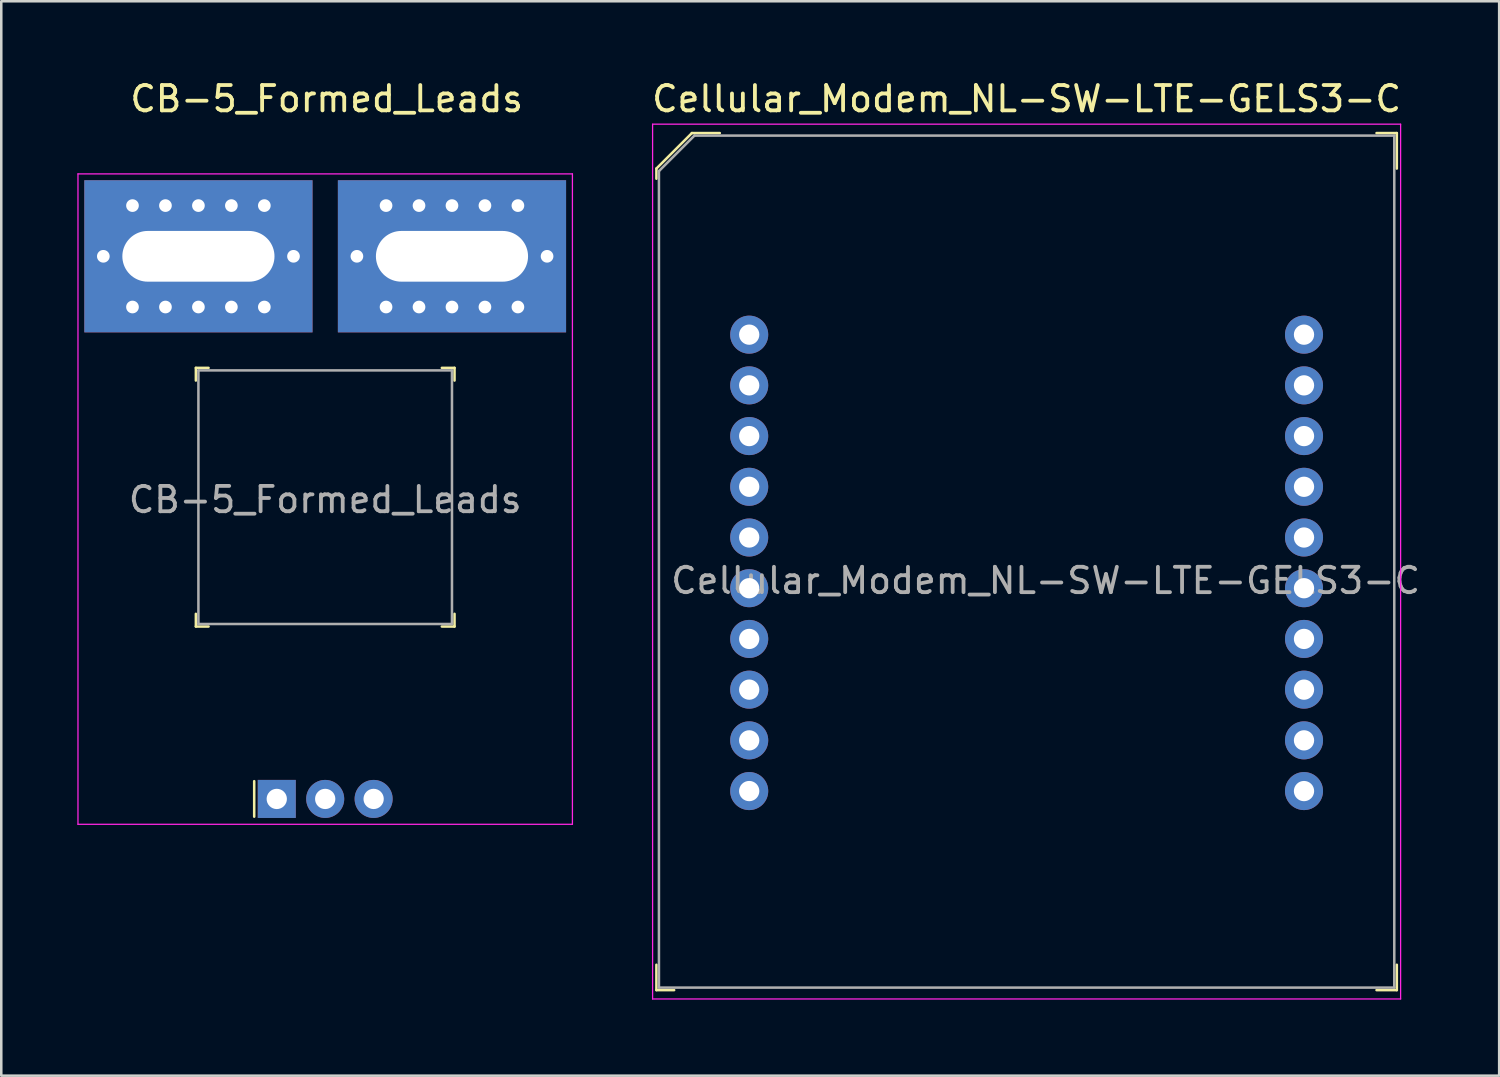
<source format=kicad_pcb>
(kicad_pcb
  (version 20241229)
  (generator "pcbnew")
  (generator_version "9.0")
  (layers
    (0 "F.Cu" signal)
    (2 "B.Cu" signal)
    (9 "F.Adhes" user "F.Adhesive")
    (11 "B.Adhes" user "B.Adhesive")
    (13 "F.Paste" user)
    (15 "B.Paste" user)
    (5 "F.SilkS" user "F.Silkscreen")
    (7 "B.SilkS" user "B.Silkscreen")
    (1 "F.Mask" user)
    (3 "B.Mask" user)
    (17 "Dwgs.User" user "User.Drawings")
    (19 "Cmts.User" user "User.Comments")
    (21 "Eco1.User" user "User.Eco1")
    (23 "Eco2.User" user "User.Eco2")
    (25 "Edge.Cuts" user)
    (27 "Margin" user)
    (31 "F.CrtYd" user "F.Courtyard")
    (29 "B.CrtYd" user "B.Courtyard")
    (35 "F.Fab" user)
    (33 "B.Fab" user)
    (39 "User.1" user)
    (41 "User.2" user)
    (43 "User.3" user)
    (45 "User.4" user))
  (footprint "Cellular_Modem_NL-SW-LTE-GELS3-C"
    (layer "F.Cu")
    (at 37.437 19.098)
    (property "Reference" "Cellular_Modem_NL-SW-LTE-GELS3-C" (at 0 -18.25 0) (layer "F.SilkS") (effects (font (size 1 1) (thickness 0.15))))
    (attr through_hole)
    (fp_line (start -14.6 -15.5) (end -14.6 -15.1) (stroke (width 0.1) (type solid)) (layer "F.SilkS"))
    (fp_line (start -14.6 16.9) (end -14.6 15.9) (stroke (width 0.1) (type solid)) (layer "F.SilkS"))
    (fp_line (start -13.9 16.9) (end -14.6 16.9) (stroke (width 0.1) (type solid)) (layer "F.SilkS"))
    (fp_line (start -13.2 -16.9) (end -14.6 -15.5) (stroke (width 0.1) (type solid)) (layer "F.SilkS"))
    (fp_line (start -12.1 -16.9) (end -13.2 -16.9) (stroke (width 0.1) (type solid)) (layer "F.SilkS"))
    (fp_line (start 13.8 -16.9) (end 14.6 -16.9) (stroke (width 0.1) (type solid)) (layer "F.SilkS"))
    (fp_line (start 13.8 16.9) (end 14.6 16.9) (stroke (width 0.1) (type solid)) (layer "F.SilkS"))
    (fp_line (start 14.6 -16.9) (end 14.6 -15.5) (stroke (width 0.1) (type solid)) (layer "F.SilkS"))
    (fp_line (start 14.6 16.9) (end 14.6 15.9) (stroke (width 0.1) (type solid)) (layer "F.SilkS"))
    (fp_line (start -14.75 -17.25) (end 14.75 -17.25) (stroke (width 0.05) (type solid)) (layer "F.CrtYd"))
    (fp_line (start -14.75 17.25) (end -14.75 -17.25) (stroke (width 0.05) (type solid)) (layer "F.CrtYd"))
    (fp_line (start -14.75 17.25) (end 14.75 17.25) (stroke (width 0.05) (type solid)) (layer "F.CrtYd"))
    (fp_line (start 14.75 17.25) (end 14.75 -17.25) (stroke (width 0.05) (type solid)) (layer "F.CrtYd"))
    (fp_line (start -14.5 -15.4) (end -14.5 16.8) (stroke (width 0.1) (type solid)) (layer "F.Fab"))
    (fp_line (start -14.5 -15.4) (end -13.1 -16.8) (stroke (width 0.1) (type solid)) (layer "F.Fab"))
    (fp_line (start -14.5 16.8) (end 14.5 16.8) (stroke (width 0.1) (type solid)) (layer "F.Fab"))
    (fp_line (start -13.1 -16.8) (end 14.5 -16.8) (stroke (width 0.1) (type solid)) (layer "F.Fab"))
    (fp_line (start 14.5 -16.8) (end 14.5 16.8) (stroke (width 0.1) (type solid)) (layer "F.Fab"))
    (fp_text user "${REFERENCE}" (at 0.75 0.75 0) (layer "F.Fab") (effects (font (size 1 1) (thickness 0.15))))
    (pad "1" thru_hole circle (at -10.94 -8.95) (size 1.5 1.5) (drill 0.8) (layers "*.Cu" "*.Mask"))
    (pad "2" thru_hole circle (at -10.94 -6.95) (size 1.5 1.5) (drill 0.8) (layers "*.Cu" "*.Mask"))
    (pad "3" thru_hole circle (at -10.94 -4.95) (size 1.5 1.5) (drill 0.8) (layers "*.Cu" "*.Mask"))
    (pad "4" thru_hole circle (at -10.94 -2.95) (size 1.5 1.5) (drill 0.8) (layers "*.Cu" "*.Mask"))
    (pad "5" thru_hole circle (at -10.94 -0.95) (size 1.5 1.5) (drill 0.8) (layers "*.Cu" "*.Mask"))
    (pad "6" thru_hole circle (at -10.94 1.05) (size 1.5 1.5) (drill 0.8) (layers "*.Cu" "*.Mask"))
    (pad "7" thru_hole circle (at -10.94 3.05) (size 1.5 1.5) (drill 0.8) (layers "*.Cu" "*.Mask"))
    (pad "8" thru_hole circle (at -10.94 5.05) (size 1.5 1.5) (drill 0.8) (layers "*.Cu" "*.Mask"))
    (pad "9" thru_hole circle (at -10.94 7.05) (size 1.5 1.5) (drill 0.8) (layers "*.Cu" "*.Mask"))
    (pad "10" thru_hole circle (at -10.94 9.05) (size 1.5 1.5) (drill 0.8) (layers "*.Cu" "*.Mask"))
    (pad "11" thru_hole circle (at 10.94 9.05) (size 1.5 1.5) (drill 0.8) (layers "*.Cu" "*.Mask"))
    (pad "12" thru_hole circle (at 10.94 7.05) (size 1.5 1.5) (drill 0.8) (layers "*.Cu" "*.Mask"))
    (pad "13" thru_hole circle (at 10.94 5.05) (size 1.5 1.5) (drill 0.8) (layers "*.Cu" "*.Mask"))
    (pad "14" thru_hole circle (at 10.94 3.05) (size 1.5 1.5) (drill 0.8) (layers "*.Cu" "*.Mask"))
    (pad "15" thru_hole circle (at 10.94 1.05) (size 1.5 1.5) (drill 0.8) (layers "*.Cu" "*.Mask"))
    (pad "16" thru_hole circle (at 10.94 -0.95) (size 1.5 1.5) (drill 0.8) (layers "*.Cu" "*.Mask"))
    (pad "17" thru_hole circle (at 10.94 -2.95) (size 1.5 1.5) (drill 0.8) (layers "*.Cu" "*.Mask"))
    (pad "18" thru_hole circle (at 10.94 -4.95) (size 1.5 1.5) (drill 0.8) (layers "*.Cu" "*.Mask"))
    (pad "19" thru_hole circle (at 10.94 -6.95) (size 1.5 1.5) (drill 0.8) (layers "*.Cu" "*.Mask"))
    (pad "20" thru_hole circle (at 10.94 -8.95) (size 1.5 1.5) (drill 0.8) (layers "*.Cu" "*.Mask")))
  (footprint "CB-5_Formed_Leads"
    (layer "F.Cu")
    (at 9.775 7.058)
    (property "Reference" "CB-5_Formed_Leads" (at 0.06 -6.21 0) (layer "F.SilkS") (effects (font (size 1 1) (thickness 0.15))))
    (attr through_hole)
    (fp_line (start -5.1 4.4) (end -5.1 4.9) (stroke (width 0.1) (type solid)) (layer "F.SilkS"))
    (fp_line (start -5.1 4.4) (end -4.6 4.4) (stroke (width 0.1) (type solid)) (layer "F.SilkS"))
    (fp_line (start -5.1 14.6) (end -5.1 14.1) (stroke (width 0.1) (type solid)) (layer "F.SilkS"))
    (fp_line (start -5.1 14.6) (end -4.6 14.6) (stroke (width 0.1) (type solid)) (layer "F.SilkS"))
    (fp_line (start -2.8 20.7) (end -2.8 22.1) (stroke (width 0.1) (type solid)) (layer "F.SilkS"))
    (fp_line (start 5.1 4.4) (end 4.6 4.4) (stroke (width 0.1) (type solid)) (layer "F.SilkS"))
    (fp_line (start 5.1 4.4) (end 5.1 4.9) (stroke (width 0.1) (type solid)) (layer "F.SilkS"))
    (fp_line (start 5.1 14.6) (end 4.6 14.6) (stroke (width 0.1) (type solid)) (layer "F.SilkS"))
    (fp_line (start 5.1 14.6) (end 5.1 14.1) (stroke (width 0.1) (type solid)) (layer "F.SilkS"))
    (fp_line (start -9.75 -3.25) (end -9.75 22.4) (stroke (width 0.05) (type solid)) (layer "F.CrtYd"))
    (fp_line (start 9.75 -3.25) (end -9.75 -3.25) (stroke (width 0.05) (type solid)) (layer "F.CrtYd"))
    (fp_line (start 9.75 -3.25) (end 9.75 22.4) (stroke (width 0.05) (type solid)) (layer "F.CrtYd"))
    (fp_line (start 9.75 22.4) (end -9.75 22.4) (stroke (width 0.05) (type solid)) (layer "F.CrtYd"))
    (fp_line (start -5 4.5) (end -5 14.5) (stroke (width 0.1) (type solid)) (layer "F.Fab"))
    (fp_line (start 5 4.5) (end -5 4.5) (stroke (width 0.1) (type solid)) (layer "F.Fab"))
    (fp_line (start 5 4.5) (end 5 14.5) (stroke (width 0.1) (type solid)) (layer "F.Fab"))
    (fp_line (start 5 14.5) (end -5 14.5) (stroke (width 0.1) (type solid)) (layer "F.Fab"))
    (fp_text user "${REFERENCE}" (at 0 9.6 0) (layer "F.Fab") (effects (font (size 1 1) (thickness 0.15))))
    (pad "1" thru_hole rect (at -1.91 21.4) (size 1.5 1.5) (drill 0.8) (layers "*.Cu" "*.Mask"))
    (pad "2" thru_hole circle (at 0 21.4) (size 1.5 1.5) (drill 0.8) (layers "*.Cu" "*.Mask"))
    (pad "3" thru_hole circle (at 1.91 21.4) (size 1.5 1.5) (drill 0.8) (layers "*.Cu" "*.Mask"))
    (pad "4" thru_hole circle (at 1.25 0) (size 0.5 0.5) (drill 0.5) (layers "*.Cu" "*.Mask"))
    (pad "4" thru_hole circle (at 2.4 -2) (size 0.5 0.5) (drill 0.5) (layers "*.Cu" "*.Mask"))
    (pad "4" thru_hole circle (at 2.4 2) (size 0.5 0.5) (drill 0.5) (layers "*.Cu" "*.Mask"))
    (pad "4" thru_hole circle (at 3.7 -2) (size 0.5 0.5) (drill 0.5) (layers "*.Cu" "*.Mask"))
    (pad "4" thru_hole circle (at 3.7 2) (size 0.5 0.5) (drill 0.5) (layers "*.Cu" "*.Mask"))
    (pad "4" thru_hole circle (at 5 -2) (size 0.5 0.5) (drill 0.5) (layers "*.Cu" "*.Mask"))
    (pad "4" thru_hole rect (at 5 0) (size 9 6) (drill oval 6 2) (layers "*.Cu" "*.Mask"))
    (pad "4" thru_hole circle (at 5 2) (size 0.5 0.5) (drill 0.5) (layers "*.Cu" "*.Mask"))
    (pad "4" thru_hole circle (at 6.3 -2) (size 0.5 0.5) (drill 0.5) (layers "*.Cu" "*.Mask"))
    (pad "4" thru_hole circle (at 6.3 2) (size 0.5 0.5) (drill 0.5) (layers "*.Cu" "*.Mask"))
    (pad "4" thru_hole circle (at 7.6 -2) (size 0.5 0.5) (drill 0.5) (layers "*.Cu" "*.Mask"))
    (pad "4" thru_hole circle (at 7.6 2) (size 0.5 0.5) (drill 0.5) (layers "*.Cu" "*.Mask"))
    (pad "4" thru_hole circle (at 8.75 0) (size 0.5 0.5) (drill 0.5) (layers "*.Cu" "*.Mask"))
    (pad "5" thru_hole circle (at -8.75 0) (size 0.5 0.5) (drill 0.5) (layers "*.Cu" "*.Mask"))
    (pad "5" thru_hole circle (at -7.6 -2) (size 0.5 0.5) (drill 0.5) (layers "*.Cu" "*.Mask"))
    (pad "5" thru_hole circle (at -7.6 2) (size 0.5 0.5) (drill 0.5) (layers "*.Cu" "*.Mask"))
    (pad "5" thru_hole circle (at -6.3 -2) (size 0.5 0.5) (drill 0.5) (layers "*.Cu" "*.Mask"))
    (pad "5" thru_hole circle (at -6.3 2) (size 0.5 0.5) (drill 0.5) (layers "*.Cu" "*.Mask"))
    (pad "5" thru_hole circle (at -5 -2) (size 0.5 0.5) (drill 0.5) (layers "*.Cu" "*.Mask"))
    (pad "5" thru_hole rect (at -5 0) (size 9 6) (drill oval 6 2) (layers "*.Cu" "*.Mask"))
    (pad "5" thru_hole circle (at -5 2) (size 0.5 0.5) (drill 0.5) (layers "*.Cu" "*.Mask"))
    (pad "5" thru_hole circle (at -3.7 -2) (size 0.5 0.5) (drill 0.5) (layers "*.Cu" "*.Mask"))
    (pad "5" thru_hole circle (at -3.7 2) (size 0.5 0.5) (drill 0.5) (layers "*.Cu" "*.Mask"))
    (pad "5" thru_hole circle (at -2.4 -2) (size 0.5 0.5) (drill 0.5) (layers "*.Cu" "*.Mask"))
    (pad "5" thru_hole circle (at -2.4 2) (size 0.5 0.5) (drill 0.5) (layers "*.Cu" "*.Mask"))
    (pad "5" thru_hole circle (at -1.25 0) (size 0.5 0.5) (drill 0.5) (layers "*.Cu" "*.Mask")))
  (gr_rect
    (start -3 -3)
    (end 56.074 39.373)
    (stroke (width 0.1) (type default))
    (fill no)
    (layer "Edge.Cuts")))
</source>
